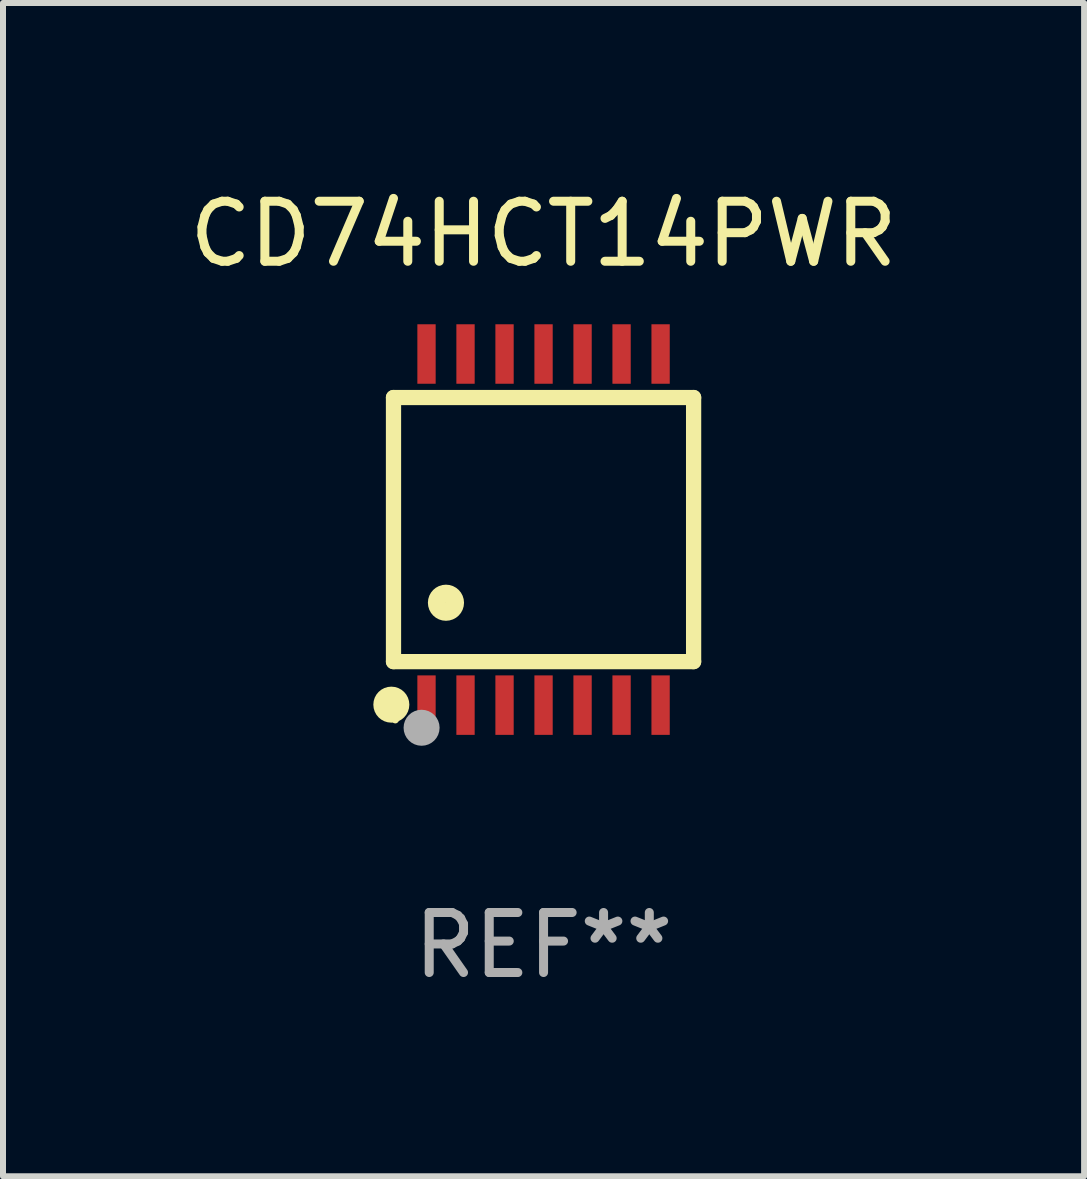
<source format=kicad_pcb>
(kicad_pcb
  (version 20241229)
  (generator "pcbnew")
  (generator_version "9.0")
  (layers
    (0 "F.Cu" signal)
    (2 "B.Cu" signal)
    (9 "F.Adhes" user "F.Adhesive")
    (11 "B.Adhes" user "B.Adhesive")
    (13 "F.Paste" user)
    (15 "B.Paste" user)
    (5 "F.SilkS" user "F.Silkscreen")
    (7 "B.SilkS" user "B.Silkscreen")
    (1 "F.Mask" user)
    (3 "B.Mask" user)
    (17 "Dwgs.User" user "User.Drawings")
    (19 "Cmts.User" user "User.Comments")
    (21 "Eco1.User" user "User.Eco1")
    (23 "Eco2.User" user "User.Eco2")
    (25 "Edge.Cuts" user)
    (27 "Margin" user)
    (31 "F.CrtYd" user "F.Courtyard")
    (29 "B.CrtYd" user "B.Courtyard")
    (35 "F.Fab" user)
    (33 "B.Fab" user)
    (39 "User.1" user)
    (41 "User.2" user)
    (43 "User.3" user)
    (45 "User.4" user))
  (footprint "CD74HCT14PWR"
    (layer "F.Cu")
    (at 6.006 5.773)
    (property "Reference" "CD74HCT14PWR" (at 0 -4.925 0) (layer "F.SilkS") (effects (font (size 1 1) (thickness 0.15))))
    (attr through_hole)
    (fp_line (start -2.5 2.2) (end -2.5 -2.2) (stroke (width 0.254) (type solid)) (layer "F.SilkS"))
    (fp_line (start -2.5 2.2) (end 2.5 2.2) (stroke (width 0.254) (type solid)) (layer "F.SilkS"))
    (fp_line (start 2.5 -2.2) (end -2.5 -2.2) (stroke (width 0.254) (type solid)) (layer "F.SilkS"))
    (fp_line (start 2.5 -2.2) (end 2.5 2.2) (stroke (width 0.254) (type solid)) (layer "F.SilkS"))
    (fp_circle (center -2.536 2.917) (end -2.386 2.917) (stroke (width 0.3) (type solid)) (fill no) (layer "F.SilkS"))
    (fp_circle (center -2.47 3.17) (end -2.44 3.17) (stroke (width 0.06) (type solid)) (fill no) (layer "F.SilkS"))
    (fp_circle (center -1.626 1.219) (end -1.475 1.219) (stroke (width 0.3) (type solid)) (fill no) (layer "F.SilkS"))
    (fp_circle (center -2.032 3.302) (end -1.882 3.302) (stroke (width 0.3) (type solid)) (fill no) (layer "F.Fab"))
    (fp_text user "REF**" (at 0 6.925 0) (layer "F.Fab") (effects (font (size 1 1) (thickness 0.15))))
    (pad "1" smd rect (at -1.95 2.925) (size 0.305 0.991) (layers "F.Cu" "F.Mask" "F.Paste"))
    (pad "2" smd rect (at -1.3 2.925) (size 0.305 0.991) (layers "F.Cu" "F.Mask" "F.Paste"))
    (pad "3" smd rect (at -0.65 2.925) (size 0.305 0.991) (layers "F.Cu" "F.Mask" "F.Paste"))
    (pad "4" smd rect (at 0 2.925) (size 0.305 0.991) (layers "F.Cu" "F.Mask" "F.Paste"))
    (pad "5" smd rect (at 0.65 2.925) (size 0.305 0.991) (layers "F.Cu" "F.Mask" "F.Paste"))
    (pad "6" smd rect (at 1.3 2.925) (size 0.305 0.991) (layers "F.Cu" "F.Mask" "F.Paste"))
    (pad "7" smd rect (at 1.95 2.925) (size 0.305 0.991) (layers "F.Cu" "F.Mask" "F.Paste"))
    (pad "8" smd rect (at 1.95 -2.925) (size 0.305 0.991) (layers "F.Cu" "F.Mask" "F.Paste"))
    (pad "9" smd rect (at 1.3 -2.925) (size 0.305 0.991) (layers "F.Cu" "F.Mask" "F.Paste"))
    (pad "10" smd rect (at 0.65 -2.925) (size 0.305 0.991) (layers "F.Cu" "F.Mask" "F.Paste"))
    (pad "11" smd rect (at 0 -2.925) (size 0.305 0.991) (layers "F.Cu" "F.Mask" "F.Paste"))
    (pad "12" smd rect (at -0.65 -2.925) (size 0.305 0.991) (layers "F.Cu" "F.Mask" "F.Paste"))
    (pad "13" smd rect (at -1.3 -2.925) (size 0.305 0.991) (layers "F.Cu" "F.Mask" "F.Paste"))
    (pad "14" smd rect (at -1.95 -2.925) (size 0.305 0.991) (layers "F.Cu" "F.Mask" "F.Paste")))
  (gr_rect
    (start -3 -3)
    (end 15.012 16.547)
    (stroke (width 0.1) (type default))
    (fill no)
    (layer "Edge.Cuts")))
</source>
